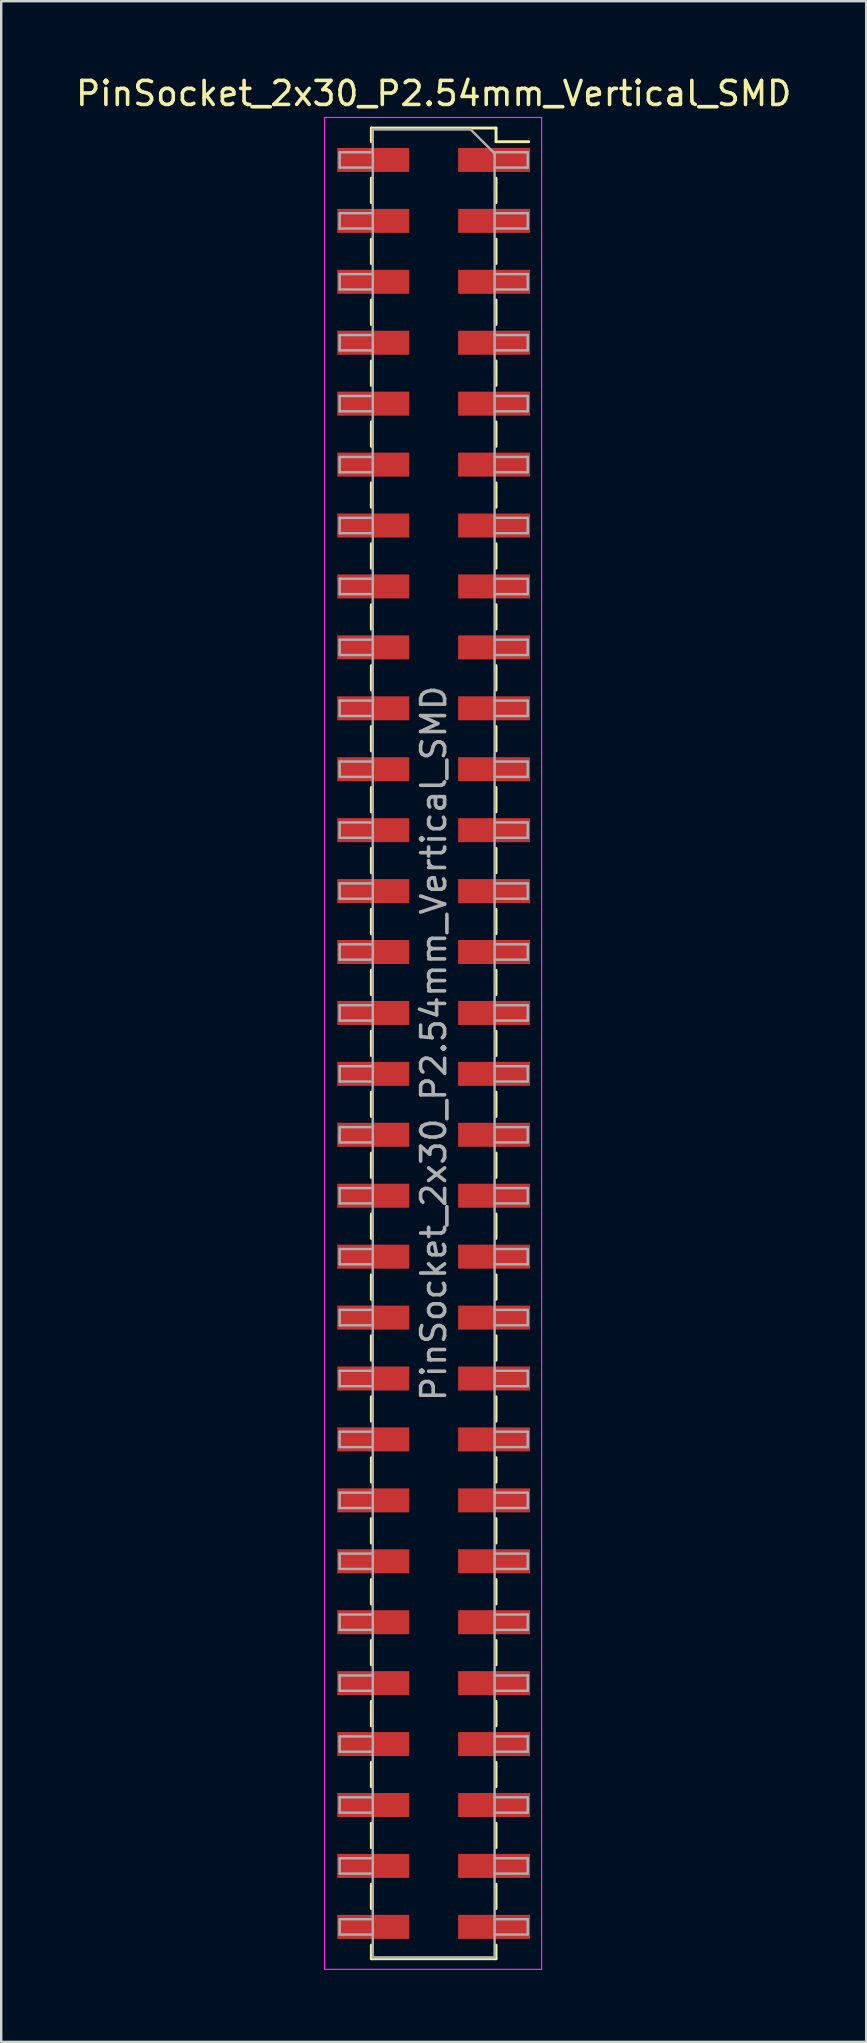
<source format=kicad_pcb>
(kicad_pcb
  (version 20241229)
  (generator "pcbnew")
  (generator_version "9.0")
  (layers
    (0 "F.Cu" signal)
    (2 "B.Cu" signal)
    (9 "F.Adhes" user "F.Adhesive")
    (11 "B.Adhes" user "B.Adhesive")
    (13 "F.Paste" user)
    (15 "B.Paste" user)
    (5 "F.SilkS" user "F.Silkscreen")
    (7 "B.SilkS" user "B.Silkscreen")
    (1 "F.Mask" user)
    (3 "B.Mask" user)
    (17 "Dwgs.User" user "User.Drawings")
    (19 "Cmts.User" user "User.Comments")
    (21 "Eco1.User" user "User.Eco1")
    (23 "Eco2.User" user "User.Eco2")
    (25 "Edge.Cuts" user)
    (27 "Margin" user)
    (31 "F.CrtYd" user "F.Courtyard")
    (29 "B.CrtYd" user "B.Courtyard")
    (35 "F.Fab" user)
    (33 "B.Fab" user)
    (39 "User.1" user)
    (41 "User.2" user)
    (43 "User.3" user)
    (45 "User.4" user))
  (footprint "PinSocket_2x30_P2.54mm_Vertical_SMD"
    (layer "F.Cu")
    (at 15.03 40.448)
    (property "Reference" "PinSocket_2x30_P2.54mm_Vertical_SMD" (at 0 -39.6 0) (layer "F.SilkS") (effects (font (size 1 1) (thickness 0.15))))
    (attr smd)
    (fp_line (start -2.6 -38.16) (end -2.6 -37.59) (stroke (width 0.12) (type solid)) (layer "F.SilkS"))
    (fp_line (start -2.6 -38.16) (end 2.6 -38.16) (stroke (width 0.12) (type solid)) (layer "F.SilkS"))
    (fp_line (start -2.6 -36.07) (end -2.6 -35.05) (stroke (width 0.12) (type solid)) (layer "F.SilkS"))
    (fp_line (start -2.6 -33.53) (end -2.6 -32.51) (stroke (width 0.12) (type solid)) (layer "F.SilkS"))
    (fp_line (start -2.6 -30.99) (end -2.6 -29.97) (stroke (width 0.12) (type solid)) (layer "F.SilkS"))
    (fp_line (start -2.6 -28.45) (end -2.6 -27.43) (stroke (width 0.12) (type solid)) (layer "F.SilkS"))
    (fp_line (start -2.6 -25.91) (end -2.6 -24.89) (stroke (width 0.12) (type solid)) (layer "F.SilkS"))
    (fp_line (start -2.6 -23.37) (end -2.6 -22.35) (stroke (width 0.12) (type solid)) (layer "F.SilkS"))
    (fp_line (start -2.6 -20.83) (end -2.6 -19.81) (stroke (width 0.12) (type solid)) (layer "F.SilkS"))
    (fp_line (start -2.6 -18.29) (end -2.6 -17.27) (stroke (width 0.12) (type solid)) (layer "F.SilkS"))
    (fp_line (start -2.6 -15.75) (end -2.6 -14.73) (stroke (width 0.12) (type solid)) (layer "F.SilkS"))
    (fp_line (start -2.6 -13.21) (end -2.6 -12.19) (stroke (width 0.12) (type solid)) (layer "F.SilkS"))
    (fp_line (start -2.6 -10.67) (end -2.6 -9.65) (stroke (width 0.12) (type solid)) (layer "F.SilkS"))
    (fp_line (start -2.6 -8.13) (end -2.6 -7.11) (stroke (width 0.12) (type solid)) (layer "F.SilkS"))
    (fp_line (start -2.6 -5.59) (end -2.6 -4.57) (stroke (width 0.12) (type solid)) (layer "F.SilkS"))
    (fp_line (start -2.6 -3.05) (end -2.6 -2.03) (stroke (width 0.12) (type solid)) (layer "F.SilkS"))
    (fp_line (start -2.6 -0.51) (end -2.6 0.51) (stroke (width 0.12) (type solid)) (layer "F.SilkS"))
    (fp_line (start -2.6 2.03) (end -2.6 3.05) (stroke (width 0.12) (type solid)) (layer "F.SilkS"))
    (fp_line (start -2.6 4.57) (end -2.6 5.59) (stroke (width 0.12) (type solid)) (layer "F.SilkS"))
    (fp_line (start -2.6 7.11) (end -2.6 8.13) (stroke (width 0.12) (type solid)) (layer "F.SilkS"))
    (fp_line (start -2.6 9.65) (end -2.6 10.67) (stroke (width 0.12) (type solid)) (layer "F.SilkS"))
    (fp_line (start -2.6 12.19) (end -2.6 13.21) (stroke (width 0.12) (type solid)) (layer "F.SilkS"))
    (fp_line (start -2.6 14.73) (end -2.6 15.75) (stroke (width 0.12) (type solid)) (layer "F.SilkS"))
    (fp_line (start -2.6 17.27) (end -2.6 18.29) (stroke (width 0.12) (type solid)) (layer "F.SilkS"))
    (fp_line (start -2.6 19.81) (end -2.6 20.83) (stroke (width 0.12) (type solid)) (layer "F.SilkS"))
    (fp_line (start -2.6 22.35) (end -2.6 23.37) (stroke (width 0.12) (type solid)) (layer "F.SilkS"))
    (fp_line (start -2.6 24.89) (end -2.6 25.91) (stroke (width 0.12) (type solid)) (layer "F.SilkS"))
    (fp_line (start -2.6 27.43) (end -2.6 28.45) (stroke (width 0.12) (type solid)) (layer "F.SilkS"))
    (fp_line (start -2.6 29.97) (end -2.6 30.99) (stroke (width 0.12) (type solid)) (layer "F.SilkS"))
    (fp_line (start -2.6 32.51) (end -2.6 33.53) (stroke (width 0.12) (type solid)) (layer "F.SilkS"))
    (fp_line (start -2.6 35.05) (end -2.6 36.07) (stroke (width 0.12) (type solid)) (layer "F.SilkS"))
    (fp_line (start -2.6 37.59) (end -2.6 38.16) (stroke (width 0.12) (type solid)) (layer "F.SilkS"))
    (fp_line (start -2.6 38.16) (end 2.6 38.16) (stroke (width 0.12) (type solid)) (layer "F.SilkS"))
    (fp_line (start 2.6 -38.16) (end 2.6 -37.59) (stroke (width 0.12) (type solid)) (layer "F.SilkS"))
    (fp_line (start 2.6 -37.59) (end 3.96 -37.59) (stroke (width 0.12) (type solid)) (layer "F.SilkS"))
    (fp_line (start 2.6 -36.07) (end 2.6 -35.05) (stroke (width 0.12) (type solid)) (layer "F.SilkS"))
    (fp_line (start 2.6 -33.53) (end 2.6 -32.51) (stroke (width 0.12) (type solid)) (layer "F.SilkS"))
    (fp_line (start 2.6 -30.99) (end 2.6 -29.97) (stroke (width 0.12) (type solid)) (layer "F.SilkS"))
    (fp_line (start 2.6 -28.45) (end 2.6 -27.43) (stroke (width 0.12) (type solid)) (layer "F.SilkS"))
    (fp_line (start 2.6 -25.91) (end 2.6 -24.89) (stroke (width 0.12) (type solid)) (layer "F.SilkS"))
    (fp_line (start 2.6 -23.37) (end 2.6 -22.35) (stroke (width 0.12) (type solid)) (layer "F.SilkS"))
    (fp_line (start 2.6 -20.83) (end 2.6 -19.81) (stroke (width 0.12) (type solid)) (layer "F.SilkS"))
    (fp_line (start 2.6 -18.29) (end 2.6 -17.27) (stroke (width 0.12) (type solid)) (layer "F.SilkS"))
    (fp_line (start 2.6 -15.75) (end 2.6 -14.73) (stroke (width 0.12) (type solid)) (layer "F.SilkS"))
    (fp_line (start 2.6 -13.21) (end 2.6 -12.19) (stroke (width 0.12) (type solid)) (layer "F.SilkS"))
    (fp_line (start 2.6 -10.67) (end 2.6 -9.65) (stroke (width 0.12) (type solid)) (layer "F.SilkS"))
    (fp_line (start 2.6 -8.13) (end 2.6 -7.11) (stroke (width 0.12) (type solid)) (layer "F.SilkS"))
    (fp_line (start 2.6 -5.59) (end 2.6 -4.57) (stroke (width 0.12) (type solid)) (layer "F.SilkS"))
    (fp_line (start 2.6 -3.05) (end 2.6 -2.03) (stroke (width 0.12) (type solid)) (layer "F.SilkS"))
    (fp_line (start 2.6 -0.51) (end 2.6 0.51) (stroke (width 0.12) (type solid)) (layer "F.SilkS"))
    (fp_line (start 2.6 2.03) (end 2.6 3.05) (stroke (width 0.12) (type solid)) (layer "F.SilkS"))
    (fp_line (start 2.6 4.57) (end 2.6 5.59) (stroke (width 0.12) (type solid)) (layer "F.SilkS"))
    (fp_line (start 2.6 7.11) (end 2.6 8.13) (stroke (width 0.12) (type solid)) (layer "F.SilkS"))
    (fp_line (start 2.6 9.65) (end 2.6 10.67) (stroke (width 0.12) (type solid)) (layer "F.SilkS"))
    (fp_line (start 2.6 12.19) (end 2.6 13.21) (stroke (width 0.12) (type solid)) (layer "F.SilkS"))
    (fp_line (start 2.6 14.73) (end 2.6 15.75) (stroke (width 0.12) (type solid)) (layer "F.SilkS"))
    (fp_line (start 2.6 17.27) (end 2.6 18.29) (stroke (width 0.12) (type solid)) (layer "F.SilkS"))
    (fp_line (start 2.6 19.81) (end 2.6 20.83) (stroke (width 0.12) (type solid)) (layer "F.SilkS"))
    (fp_line (start 2.6 22.35) (end 2.6 23.37) (stroke (width 0.12) (type solid)) (layer "F.SilkS"))
    (fp_line (start 2.6 24.89) (end 2.6 25.91) (stroke (width 0.12) (type solid)) (layer "F.SilkS"))
    (fp_line (start 2.6 27.43) (end 2.6 28.45) (stroke (width 0.12) (type solid)) (layer "F.SilkS"))
    (fp_line (start 2.6 29.97) (end 2.6 30.99) (stroke (width 0.12) (type solid)) (layer "F.SilkS"))
    (fp_line (start 2.6 32.51) (end 2.6 33.53) (stroke (width 0.12) (type solid)) (layer "F.SilkS"))
    (fp_line (start 2.6 35.05) (end 2.6 36.07) (stroke (width 0.12) (type solid)) (layer "F.SilkS"))
    (fp_line (start 2.6 37.59) (end 2.6 38.16) (stroke (width 0.12) (type solid)) (layer "F.SilkS"))
    (fp_line (start -4.55 -38.6) (end 4.5 -38.6) (stroke (width 0.05) (type solid)) (layer "F.CrtYd"))
    (fp_line (start -4.55 38.6) (end -4.55 -38.6) (stroke (width 0.05) (type solid)) (layer "F.CrtYd"))
    (fp_line (start 4.5 -38.6) (end 4.5 38.6) (stroke (width 0.05) (type solid)) (layer "F.CrtYd"))
    (fp_line (start 4.5 38.6) (end -4.55 38.6) (stroke (width 0.05) (type solid)) (layer "F.CrtYd"))
    (fp_line (start -3.92 -37.15) (end -2.54 -37.15) (stroke (width 0.1) (type solid)) (layer "F.Fab"))
    (fp_line (start -3.92 -36.51) (end -3.92 -37.15) (stroke (width 0.1) (type solid)) (layer "F.Fab"))
    (fp_line (start -3.92 -34.61) (end -2.54 -34.61) (stroke (width 0.1) (type solid)) (layer "F.Fab"))
    (fp_line (start -3.92 -33.97) (end -3.92 -34.61) (stroke (width 0.1) (type solid)) (layer "F.Fab"))
    (fp_line (start -3.92 -32.07) (end -2.54 -32.07) (stroke (width 0.1) (type solid)) (layer "F.Fab"))
    (fp_line (start -3.92 -31.43) (end -3.92 -32.07) (stroke (width 0.1) (type solid)) (layer "F.Fab"))
    (fp_line (start -3.92 -29.53) (end -2.54 -29.53) (stroke (width 0.1) (type solid)) (layer "F.Fab"))
    (fp_line (start -3.92 -28.89) (end -3.92 -29.53) (stroke (width 0.1) (type solid)) (layer "F.Fab"))
    (fp_line (start -3.92 -26.99) (end -2.54 -26.99) (stroke (width 0.1) (type solid)) (layer "F.Fab"))
    (fp_line (start -3.92 -26.35) (end -3.92 -26.99) (stroke (width 0.1) (type solid)) (layer "F.Fab"))
    (fp_line (start -3.92 -24.45) (end -2.54 -24.45) (stroke (width 0.1) (type solid)) (layer "F.Fab"))
    (fp_line (start -3.92 -23.81) (end -3.92 -24.45) (stroke (width 0.1) (type solid)) (layer "F.Fab"))
    (fp_line (start -3.92 -21.91) (end -2.54 -21.91) (stroke (width 0.1) (type solid)) (layer "F.Fab"))
    (fp_line (start -3.92 -21.27) (end -3.92 -21.91) (stroke (width 0.1) (type solid)) (layer "F.Fab"))
    (fp_line (start -3.92 -19.37) (end -2.54 -19.37) (stroke (width 0.1) (type solid)) (layer "F.Fab"))
    (fp_line (start -3.92 -18.73) (end -3.92 -19.37) (stroke (width 0.1) (type solid)) (layer "F.Fab"))
    (fp_line (start -3.92 -16.83) (end -2.54 -16.83) (stroke (width 0.1) (type solid)) (layer "F.Fab"))
    (fp_line (start -3.92 -16.19) (end -3.92 -16.83) (stroke (width 0.1) (type solid)) (layer "F.Fab"))
    (fp_line (start -3.92 -14.29) (end -2.54 -14.29) (stroke (width 0.1) (type solid)) (layer "F.Fab"))
    (fp_line (start -3.92 -13.65) (end -3.92 -14.29) (stroke (width 0.1) (type solid)) (layer "F.Fab"))
    (fp_line (start -3.92 -11.75) (end -2.54 -11.75) (stroke (width 0.1) (type solid)) (layer "F.Fab"))
    (fp_line (start -3.92 -11.11) (end -3.92 -11.75) (stroke (width 0.1) (type solid)) (layer "F.Fab"))
    (fp_line (start -3.92 -9.21) (end -2.54 -9.21) (stroke (width 0.1) (type solid)) (layer "F.Fab"))
    (fp_line (start -3.92 -8.57) (end -3.92 -9.21) (stroke (width 0.1) (type solid)) (layer "F.Fab"))
    (fp_line (start -3.92 -6.67) (end -2.54 -6.67) (stroke (width 0.1) (type solid)) (layer "F.Fab"))
    (fp_line (start -3.92 -6.03) (end -3.92 -6.67) (stroke (width 0.1) (type solid)) (layer "F.Fab"))
    (fp_line (start -3.92 -4.13) (end -2.54 -4.13) (stroke (width 0.1) (type solid)) (layer "F.Fab"))
    (fp_line (start -3.92 -3.49) (end -3.92 -4.13) (stroke (width 0.1) (type solid)) (layer "F.Fab"))
    (fp_line (start -3.92 -1.59) (end -2.54 -1.59) (stroke (width 0.1) (type solid)) (layer "F.Fab"))
    (fp_line (start -3.92 -0.95) (end -3.92 -1.59) (stroke (width 0.1) (type solid)) (layer "F.Fab"))
    (fp_line (start -3.92 0.95) (end -2.54 0.95) (stroke (width 0.1) (type solid)) (layer "F.Fab"))
    (fp_line (start -3.92 1.59) (end -3.92 0.95) (stroke (width 0.1) (type solid)) (layer "F.Fab"))
    (fp_line (start -3.92 3.49) (end -2.54 3.49) (stroke (width 0.1) (type solid)) (layer "F.Fab"))
    (fp_line (start -3.92 4.13) (end -3.92 3.49) (stroke (width 0.1) (type solid)) (layer "F.Fab"))
    (fp_line (start -3.92 6.03) (end -2.54 6.03) (stroke (width 0.1) (type solid)) (layer "F.Fab"))
    (fp_line (start -3.92 6.67) (end -3.92 6.03) (stroke (width 0.1) (type solid)) (layer "F.Fab"))
    (fp_line (start -3.92 8.57) (end -2.54 8.57) (stroke (width 0.1) (type solid)) (layer "F.Fab"))
    (fp_line (start -3.92 9.21) (end -3.92 8.57) (stroke (width 0.1) (type solid)) (layer "F.Fab"))
    (fp_line (start -3.92 11.11) (end -2.54 11.11) (stroke (width 0.1) (type solid)) (layer "F.Fab"))
    (fp_line (start -3.92 11.75) (end -3.92 11.11) (stroke (width 0.1) (type solid)) (layer "F.Fab"))
    (fp_line (start -3.92 13.65) (end -2.54 13.65) (stroke (width 0.1) (type solid)) (layer "F.Fab"))
    (fp_line (start -3.92 14.29) (end -3.92 13.65) (stroke (width 0.1) (type solid)) (layer "F.Fab"))
    (fp_line (start -3.92 16.19) (end -2.54 16.19) (stroke (width 0.1) (type solid)) (layer "F.Fab"))
    (fp_line (start -3.92 16.83) (end -3.92 16.19) (stroke (width 0.1) (type solid)) (layer "F.Fab"))
    (fp_line (start -3.92 18.73) (end -2.54 18.73) (stroke (width 0.1) (type solid)) (layer "F.Fab"))
    (fp_line (start -3.92 19.37) (end -3.92 18.73) (stroke (width 0.1) (type solid)) (layer "F.Fab"))
    (fp_line (start -3.92 21.27) (end -2.54 21.27) (stroke (width 0.1) (type solid)) (layer "F.Fab"))
    (fp_line (start -3.92 21.91) (end -3.92 21.27) (stroke (width 0.1) (type solid)) (layer "F.Fab"))
    (fp_line (start -3.92 23.81) (end -2.54 23.81) (stroke (width 0.1) (type solid)) (layer "F.Fab"))
    (fp_line (start -3.92 24.45) (end -3.92 23.81) (stroke (width 0.1) (type solid)) (layer "F.Fab"))
    (fp_line (start -3.92 26.35) (end -2.54 26.35) (stroke (width 0.1) (type solid)) (layer "F.Fab"))
    (fp_line (start -3.92 26.99) (end -3.92 26.35) (stroke (width 0.1) (type solid)) (layer "F.Fab"))
    (fp_line (start -3.92 28.89) (end -2.54 28.89) (stroke (width 0.1) (type solid)) (layer "F.Fab"))
    (fp_line (start -3.92 29.53) (end -3.92 28.89) (stroke (width 0.1) (type solid)) (layer "F.Fab"))
    (fp_line (start -3.92 31.43) (end -2.54 31.43) (stroke (width 0.1) (type solid)) (layer "F.Fab"))
    (fp_line (start -3.92 32.07) (end -3.92 31.43) (stroke (width 0.1) (type solid)) (layer "F.Fab"))
    (fp_line (start -3.92 33.97) (end -2.54 33.97) (stroke (width 0.1) (type solid)) (layer "F.Fab"))
    (fp_line (start -3.92 34.61) (end -3.92 33.97) (stroke (width 0.1) (type solid)) (layer "F.Fab"))
    (fp_line (start -3.92 36.51) (end -2.54 36.51) (stroke (width 0.1) (type solid)) (layer "F.Fab"))
    (fp_line (start -3.92 37.15) (end -3.92 36.51) (stroke (width 0.1) (type solid)) (layer "F.Fab"))
    (fp_line (start -2.54 -38.1) (end 1.54 -38.1) (stroke (width 0.1) (type solid)) (layer "F.Fab"))
    (fp_line (start -2.54 -36.51) (end -3.92 -36.51) (stroke (width 0.1) (type solid)) (layer "F.Fab"))
    (fp_line (start -2.54 -33.97) (end -3.92 -33.97) (stroke (width 0.1) (type solid)) (layer "F.Fab"))
    (fp_line (start -2.54 -31.43) (end -3.92 -31.43) (stroke (width 0.1) (type solid)) (layer "F.Fab"))
    (fp_line (start -2.54 -28.89) (end -3.92 -28.89) (stroke (width 0.1) (type solid)) (layer "F.Fab"))
    (fp_line (start -2.54 -26.35) (end -3.92 -26.35) (stroke (width 0.1) (type solid)) (layer "F.Fab"))
    (fp_line (start -2.54 -23.81) (end -3.92 -23.81) (stroke (width 0.1) (type solid)) (layer "F.Fab"))
    (fp_line (start -2.54 -21.27) (end -3.92 -21.27) (stroke (width 0.1) (type solid)) (layer "F.Fab"))
    (fp_line (start -2.54 -18.73) (end -3.92 -18.73) (stroke (width 0.1) (type solid)) (layer "F.Fab"))
    (fp_line (start -2.54 -16.19) (end -3.92 -16.19) (stroke (width 0.1) (type solid)) (layer "F.Fab"))
    (fp_line (start -2.54 -13.65) (end -3.92 -13.65) (stroke (width 0.1) (type solid)) (layer "F.Fab"))
    (fp_line (start -2.54 -11.11) (end -3.92 -11.11) (stroke (width 0.1) (type solid)) (layer "F.Fab"))
    (fp_line (start -2.54 -8.57) (end -3.92 -8.57) (stroke (width 0.1) (type solid)) (layer "F.Fab"))
    (fp_line (start -2.54 -6.03) (end -3.92 -6.03) (stroke (width 0.1) (type solid)) (layer "F.Fab"))
    (fp_line (start -2.54 -3.49) (end -3.92 -3.49) (stroke (width 0.1) (type solid)) (layer "F.Fab"))
    (fp_line (start -2.54 -0.95) (end -3.92 -0.95) (stroke (width 0.1) (type solid)) (layer "F.Fab"))
    (fp_line (start -2.54 1.59) (end -3.92 1.59) (stroke (width 0.1) (type solid)) (layer "F.Fab"))
    (fp_line (start -2.54 4.13) (end -3.92 4.13) (stroke (width 0.1) (type solid)) (layer "F.Fab"))
    (fp_line (start -2.54 6.67) (end -3.92 6.67) (stroke (width 0.1) (type solid)) (layer "F.Fab"))
    (fp_line (start -2.54 9.21) (end -3.92 9.21) (stroke (width 0.1) (type solid)) (layer "F.Fab"))
    (fp_line (start -2.54 11.75) (end -3.92 11.75) (stroke (width 0.1) (type solid)) (layer "F.Fab"))
    (fp_line (start -2.54 14.29) (end -3.92 14.29) (stroke (width 0.1) (type solid)) (layer "F.Fab"))
    (fp_line (start -2.54 16.83) (end -3.92 16.83) (stroke (width 0.1) (type solid)) (layer "F.Fab"))
    (fp_line (start -2.54 19.37) (end -3.92 19.37) (stroke (width 0.1) (type solid)) (layer "F.Fab"))
    (fp_line (start -2.54 21.91) (end -3.92 21.91) (stroke (width 0.1) (type solid)) (layer "F.Fab"))
    (fp_line (start -2.54 24.45) (end -3.92 24.45) (stroke (width 0.1) (type solid)) (layer "F.Fab"))
    (fp_line (start -2.54 26.99) (end -3.92 26.99) (stroke (width 0.1) (type solid)) (layer "F.Fab"))
    (fp_line (start -2.54 29.53) (end -3.92 29.53) (stroke (width 0.1) (type solid)) (layer "F.Fab"))
    (fp_line (start -2.54 32.07) (end -3.92 32.07) (stroke (width 0.1) (type solid)) (layer "F.Fab"))
    (fp_line (start -2.54 34.61) (end -3.92 34.61) (stroke (width 0.1) (type solid)) (layer "F.Fab"))
    (fp_line (start -2.54 37.15) (end -3.92 37.15) (stroke (width 0.1) (type solid)) (layer "F.Fab"))
    (fp_line (start -2.54 38.1) (end -2.54 -38.1) (stroke (width 0.1) (type solid)) (layer "F.Fab"))
    (fp_line (start 1.54 -38.1) (end 2.54 -37.1) (stroke (width 0.1) (type solid)) (layer "F.Fab"))
    (fp_line (start 2.54 -37.15) (end 3.92 -37.15) (stroke (width 0.1) (type solid)) (layer "F.Fab"))
    (fp_line (start 2.54 -37.1) (end 2.54 38.1) (stroke (width 0.1) (type solid)) (layer "F.Fab"))
    (fp_line (start 2.54 -34.61) (end 3.92 -34.61) (stroke (width 0.1) (type solid)) (layer "F.Fab"))
    (fp_line (start 2.54 -32.07) (end 3.92 -32.07) (stroke (width 0.1) (type solid)) (layer "F.Fab"))
    (fp_line (start 2.54 -29.53) (end 3.92 -29.53) (stroke (width 0.1) (type solid)) (layer "F.Fab"))
    (fp_line (start 2.54 -26.99) (end 3.92 -26.99) (stroke (width 0.1) (type solid)) (layer "F.Fab"))
    (fp_line (start 2.54 -24.45) (end 3.92 -24.45) (stroke (width 0.1) (type solid)) (layer "F.Fab"))
    (fp_line (start 2.54 -21.91) (end 3.92 -21.91) (stroke (width 0.1) (type solid)) (layer "F.Fab"))
    (fp_line (start 2.54 -19.37) (end 3.92 -19.37) (stroke (width 0.1) (type solid)) (layer "F.Fab"))
    (fp_line (start 2.54 -16.83) (end 3.92 -16.83) (stroke (width 0.1) (type solid)) (layer "F.Fab"))
    (fp_line (start 2.54 -14.29) (end 3.92 -14.29) (stroke (width 0.1) (type solid)) (layer "F.Fab"))
    (fp_line (start 2.54 -11.75) (end 3.92 -11.75) (stroke (width 0.1) (type solid)) (layer "F.Fab"))
    (fp_line (start 2.54 -9.21) (end 3.92 -9.21) (stroke (width 0.1) (type solid)) (layer "F.Fab"))
    (fp_line (start 2.54 -6.67) (end 3.92 -6.67) (stroke (width 0.1) (type solid)) (layer "F.Fab"))
    (fp_line (start 2.54 -4.13) (end 3.92 -4.13) (stroke (width 0.1) (type solid)) (layer "F.Fab"))
    (fp_line (start 2.54 -1.59) (end 3.92 -1.59) (stroke (width 0.1) (type solid)) (layer "F.Fab"))
    (fp_line (start 2.54 0.95) (end 3.92 0.95) (stroke (width 0.1) (type solid)) (layer "F.Fab"))
    (fp_line (start 2.54 3.49) (end 3.92 3.49) (stroke (width 0.1) (type solid)) (layer "F.Fab"))
    (fp_line (start 2.54 6.03) (end 3.92 6.03) (stroke (width 0.1) (type solid)) (layer "F.Fab"))
    (fp_line (start 2.54 8.57) (end 3.92 8.57) (stroke (width 0.1) (type solid)) (layer "F.Fab"))
    (fp_line (start 2.54 11.11) (end 3.92 11.11) (stroke (width 0.1) (type solid)) (layer "F.Fab"))
    (fp_line (start 2.54 13.65) (end 3.92 13.65) (stroke (width 0.1) (type solid)) (layer "F.Fab"))
    (fp_line (start 2.54 16.19) (end 3.92 16.19) (stroke (width 0.1) (type solid)) (layer "F.Fab"))
    (fp_line (start 2.54 18.73) (end 3.92 18.73) (stroke (width 0.1) (type solid)) (layer "F.Fab"))
    (fp_line (start 2.54 21.27) (end 3.92 21.27) (stroke (width 0.1) (type solid)) (layer "F.Fab"))
    (fp_line (start 2.54 23.81) (end 3.92 23.81) (stroke (width 0.1) (type solid)) (layer "F.Fab"))
    (fp_line (start 2.54 26.35) (end 3.92 26.35) (stroke (width 0.1) (type solid)) (layer "F.Fab"))
    (fp_line (start 2.54 28.89) (end 3.92 28.89) (stroke (width 0.1) (type solid)) (layer "F.Fab"))
    (fp_line (start 2.54 31.43) (end 3.92 31.43) (stroke (width 0.1) (type solid)) (layer "F.Fab"))
    (fp_line (start 2.54 33.97) (end 3.92 33.97) (stroke (width 0.1) (type solid)) (layer "F.Fab"))
    (fp_line (start 2.54 36.51) (end 3.92 36.51) (stroke (width 0.1) (type solid)) (layer "F.Fab"))
    (fp_line (start 2.54 38.1) (end -2.54 38.1) (stroke (width 0.1) (type solid)) (layer "F.Fab"))
    (fp_line (start 3.92 -37.15) (end 3.92 -36.51) (stroke (width 0.1) (type solid)) (layer "F.Fab"))
    (fp_line (start 3.92 -36.51) (end 2.54 -36.51) (stroke (width 0.1) (type solid)) (layer "F.Fab"))
    (fp_line (start 3.92 -34.61) (end 3.92 -33.97) (stroke (width 0.1) (type solid)) (layer "F.Fab"))
    (fp_line (start 3.92 -33.97) (end 2.54 -33.97) (stroke (width 0.1) (type solid)) (layer "F.Fab"))
    (fp_line (start 3.92 -32.07) (end 3.92 -31.43) (stroke (width 0.1) (type solid)) (layer "F.Fab"))
    (fp_line (start 3.92 -31.43) (end 2.54 -31.43) (stroke (width 0.1) (type solid)) (layer "F.Fab"))
    (fp_line (start 3.92 -29.53) (end 3.92 -28.89) (stroke (width 0.1) (type solid)) (layer "F.Fab"))
    (fp_line (start 3.92 -28.89) (end 2.54 -28.89) (stroke (width 0.1) (type solid)) (layer "F.Fab"))
    (fp_line (start 3.92 -26.99) (end 3.92 -26.35) (stroke (width 0.1) (type solid)) (layer "F.Fab"))
    (fp_line (start 3.92 -26.35) (end 2.54 -26.35) (stroke (width 0.1) (type solid)) (layer "F.Fab"))
    (fp_line (start 3.92 -24.45) (end 3.92 -23.81) (stroke (width 0.1) (type solid)) (layer "F.Fab"))
    (fp_line (start 3.92 -23.81) (end 2.54 -23.81) (stroke (width 0.1) (type solid)) (layer "F.Fab"))
    (fp_line (start 3.92 -21.91) (end 3.92 -21.27) (stroke (width 0.1) (type solid)) (layer "F.Fab"))
    (fp_line (start 3.92 -21.27) (end 2.54 -21.27) (stroke (width 0.1) (type solid)) (layer "F.Fab"))
    (fp_line (start 3.92 -19.37) (end 3.92 -18.73) (stroke (width 0.1) (type solid)) (layer "F.Fab"))
    (fp_line (start 3.92 -18.73) (end 2.54 -18.73) (stroke (width 0.1) (type solid)) (layer "F.Fab"))
    (fp_line (start 3.92 -16.83) (end 3.92 -16.19) (stroke (width 0.1) (type solid)) (layer "F.Fab"))
    (fp_line (start 3.92 -16.19) (end 2.54 -16.19) (stroke (width 0.1) (type solid)) (layer "F.Fab"))
    (fp_line (start 3.92 -14.29) (end 3.92 -13.65) (stroke (width 0.1) (type solid)) (layer "F.Fab"))
    (fp_line (start 3.92 -13.65) (end 2.54 -13.65) (stroke (width 0.1) (type solid)) (layer "F.Fab"))
    (fp_line (start 3.92 -11.75) (end 3.92 -11.11) (stroke (width 0.1) (type solid)) (layer "F.Fab"))
    (fp_line (start 3.92 -11.11) (end 2.54 -11.11) (stroke (width 0.1) (type solid)) (layer "F.Fab"))
    (fp_line (start 3.92 -9.21) (end 3.92 -8.57) (stroke (width 0.1) (type solid)) (layer "F.Fab"))
    (fp_line (start 3.92 -8.57) (end 2.54 -8.57) (stroke (width 0.1) (type solid)) (layer "F.Fab"))
    (fp_line (start 3.92 -6.67) (end 3.92 -6.03) (stroke (width 0.1) (type solid)) (layer "F.Fab"))
    (fp_line (start 3.92 -6.03) (end 2.54 -6.03) (stroke (width 0.1) (type solid)) (layer "F.Fab"))
    (fp_line (start 3.92 -4.13) (end 3.92 -3.49) (stroke (width 0.1) (type solid)) (layer "F.Fab"))
    (fp_line (start 3.92 -3.49) (end 2.54 -3.49) (stroke (width 0.1) (type solid)) (layer "F.Fab"))
    (fp_line (start 3.92 -1.59) (end 3.92 -0.95) (stroke (width 0.1) (type solid)) (layer "F.Fab"))
    (fp_line (start 3.92 -0.95) (end 2.54 -0.95) (stroke (width 0.1) (type solid)) (layer "F.Fab"))
    (fp_line (start 3.92 0.95) (end 3.92 1.59) (stroke (width 0.1) (type solid)) (layer "F.Fab"))
    (fp_line (start 3.92 1.59) (end 2.54 1.59) (stroke (width 0.1) (type solid)) (layer "F.Fab"))
    (fp_line (start 3.92 3.49) (end 3.92 4.13) (stroke (width 0.1) (type solid)) (layer "F.Fab"))
    (fp_line (start 3.92 4.13) (end 2.54 4.13) (stroke (width 0.1) (type solid)) (layer "F.Fab"))
    (fp_line (start 3.92 6.03) (end 3.92 6.67) (stroke (width 0.1) (type solid)) (layer "F.Fab"))
    (fp_line (start 3.92 6.67) (end 2.54 6.67) (stroke (width 0.1) (type solid)) (layer "F.Fab"))
    (fp_line (start 3.92 8.57) (end 3.92 9.21) (stroke (width 0.1) (type solid)) (layer "F.Fab"))
    (fp_line (start 3.92 9.21) (end 2.54 9.21) (stroke (width 0.1) (type solid)) (layer "F.Fab"))
    (fp_line (start 3.92 11.11) (end 3.92 11.75) (stroke (width 0.1) (type solid)) (layer "F.Fab"))
    (fp_line (start 3.92 11.75) (end 2.54 11.75) (stroke (width 0.1) (type solid)) (layer "F.Fab"))
    (fp_line (start 3.92 13.65) (end 3.92 14.29) (stroke (width 0.1) (type solid)) (layer "F.Fab"))
    (fp_line (start 3.92 14.29) (end 2.54 14.29) (stroke (width 0.1) (type solid)) (layer "F.Fab"))
    (fp_line (start 3.92 16.19) (end 3.92 16.83) (stroke (width 0.1) (type solid)) (layer "F.Fab"))
    (fp_line (start 3.92 16.83) (end 2.54 16.83) (stroke (width 0.1) (type solid)) (layer "F.Fab"))
    (fp_line (start 3.92 18.73) (end 3.92 19.37) (stroke (width 0.1) (type solid)) (layer "F.Fab"))
    (fp_line (start 3.92 19.37) (end 2.54 19.37) (stroke (width 0.1) (type solid)) (layer "F.Fab"))
    (fp_line (start 3.92 21.27) (end 3.92 21.91) (stroke (width 0.1) (type solid)) (layer "F.Fab"))
    (fp_line (start 3.92 21.91) (end 2.54 21.91) (stroke (width 0.1) (type solid)) (layer "F.Fab"))
    (fp_line (start 3.92 23.81) (end 3.92 24.45) (stroke (width 0.1) (type solid)) (layer "F.Fab"))
    (fp_line (start 3.92 24.45) (end 2.54 24.45) (stroke (width 0.1) (type solid)) (layer "F.Fab"))
    (fp_line (start 3.92 26.35) (end 3.92 26.99) (stroke (width 0.1) (type solid)) (layer "F.Fab"))
    (fp_line (start 3.92 26.99) (end 2.54 26.99) (stroke (width 0.1) (type solid)) (layer "F.Fab"))
    (fp_line (start 3.92 28.89) (end 3.92 29.53) (stroke (width 0.1) (type solid)) (layer "F.Fab"))
    (fp_line (start 3.92 29.53) (end 2.54 29.53) (stroke (width 0.1) (type solid)) (layer "F.Fab"))
    (fp_line (start 3.92 31.43) (end 3.92 32.07) (stroke (width 0.1) (type solid)) (layer "F.Fab"))
    (fp_line (start 3.92 32.07) (end 2.54 32.07) (stroke (width 0.1) (type solid)) (layer "F.Fab"))
    (fp_line (start 3.92 33.97) (end 3.92 34.61) (stroke (width 0.1) (type solid)) (layer "F.Fab"))
    (fp_line (start 3.92 34.61) (end 2.54 34.61) (stroke (width 0.1) (type solid)) (layer "F.Fab"))
    (fp_line (start 3.92 36.51) (end 3.92 37.15) (stroke (width 0.1) (type solid)) (layer "F.Fab"))
    (fp_line (start 3.92 37.15) (end 2.54 37.15) (stroke (width 0.1) (type solid)) (layer "F.Fab"))
    (fp_text user "${REFERENCE}" (at 0 0 90) (layer "F.Fab") (effects (font (size 1 1) (thickness 0.15))))
    (pad "1" smd rect (at 2.52 -36.83) (size 3 1) (layers "F.Cu" "F.Mask" "F.Paste"))
    (pad "2" smd rect (at -2.52 -36.83) (size 3 1) (layers "F.Cu" "F.Mask" "F.Paste"))
    (pad "3" smd rect (at 2.52 -34.29) (size 3 1) (layers "F.Cu" "F.Mask" "F.Paste"))
    (pad "4" smd rect (at -2.52 -34.29) (size 3 1) (layers "F.Cu" "F.Mask" "F.Paste"))
    (pad "5" smd rect (at 2.52 -31.75) (size 3 1) (layers "F.Cu" "F.Mask" "F.Paste"))
    (pad "6" smd rect (at -2.52 -31.75) (size 3 1) (layers "F.Cu" "F.Mask" "F.Paste"))
    (pad "7" smd rect (at 2.52 -29.21) (size 3 1) (layers "F.Cu" "F.Mask" "F.Paste"))
    (pad "8" smd rect (at -2.52 -29.21) (size 3 1) (layers "F.Cu" "F.Mask" "F.Paste"))
    (pad "9" smd rect (at 2.52 -26.67) (size 3 1) (layers "F.Cu" "F.Mask" "F.Paste"))
    (pad "10" smd rect (at -2.52 -26.67) (size 3 1) (layers "F.Cu" "F.Mask" "F.Paste"))
    (pad "11" smd rect (at 2.52 -24.13) (size 3 1) (layers "F.Cu" "F.Mask" "F.Paste"))
    (pad "12" smd rect (at -2.52 -24.13) (size 3 1) (layers "F.Cu" "F.Mask" "F.Paste"))
    (pad "13" smd rect (at 2.52 -21.59) (size 3 1) (layers "F.Cu" "F.Mask" "F.Paste"))
    (pad "14" smd rect (at -2.52 -21.59) (size 3 1) (layers "F.Cu" "F.Mask" "F.Paste"))
    (pad "15" smd rect (at 2.52 -19.05) (size 3 1) (layers "F.Cu" "F.Mask" "F.Paste"))
    (pad "16" smd rect (at -2.52 -19.05) (size 3 1) (layers "F.Cu" "F.Mask" "F.Paste"))
    (pad "17" smd rect (at 2.52 -16.51) (size 3 1) (layers "F.Cu" "F.Mask" "F.Paste"))
    (pad "18" smd rect (at -2.52 -16.51) (size 3 1) (layers "F.Cu" "F.Mask" "F.Paste"))
    (pad "19" smd rect (at 2.52 -13.97) (size 3 1) (layers "F.Cu" "F.Mask" "F.Paste"))
    (pad "20" smd rect (at -2.52 -13.97) (size 3 1) (layers "F.Cu" "F.Mask" "F.Paste"))
    (pad "21" smd rect (at 2.52 -11.43) (size 3 1) (layers "F.Cu" "F.Mask" "F.Paste"))
    (pad "22" smd rect (at -2.52 -11.43) (size 3 1) (layers "F.Cu" "F.Mask" "F.Paste"))
    (pad "23" smd rect (at 2.52 -8.89) (size 3 1) (layers "F.Cu" "F.Mask" "F.Paste"))
    (pad "24" smd rect (at -2.52 -8.89) (size 3 1) (layers "F.Cu" "F.Mask" "F.Paste"))
    (pad "25" smd rect (at 2.52 -6.35) (size 3 1) (layers "F.Cu" "F.Mask" "F.Paste"))
    (pad "26" smd rect (at -2.52 -6.35) (size 3 1) (layers "F.Cu" "F.Mask" "F.Paste"))
    (pad "27" smd rect (at 2.52 -3.81) (size 3 1) (layers "F.Cu" "F.Mask" "F.Paste"))
    (pad "28" smd rect (at -2.52 -3.81) (size 3 1) (layers "F.Cu" "F.Mask" "F.Paste"))
    (pad "29" smd rect (at 2.52 -1.27) (size 3 1) (layers "F.Cu" "F.Mask" "F.Paste"))
    (pad "30" smd rect (at -2.52 -1.27) (size 3 1) (layers "F.Cu" "F.Mask" "F.Paste"))
    (pad "31" smd rect (at 2.52 1.27) (size 3 1) (layers "F.Cu" "F.Mask" "F.Paste"))
    (pad "32" smd rect (at -2.52 1.27) (size 3 1) (layers "F.Cu" "F.Mask" "F.Paste"))
    (pad "33" smd rect (at 2.52 3.81) (size 3 1) (layers "F.Cu" "F.Mask" "F.Paste"))
    (pad "34" smd rect (at -2.52 3.81) (size 3 1) (layers "F.Cu" "F.Mask" "F.Paste"))
    (pad "35" smd rect (at 2.52 6.35) (size 3 1) (layers "F.Cu" "F.Mask" "F.Paste"))
    (pad "36" smd rect (at -2.52 6.35) (size 3 1) (layers "F.Cu" "F.Mask" "F.Paste"))
    (pad "37" smd rect (at 2.52 8.89) (size 3 1) (layers "F.Cu" "F.Mask" "F.Paste"))
    (pad "38" smd rect (at -2.52 8.89) (size 3 1) (layers "F.Cu" "F.Mask" "F.Paste"))
    (pad "39" smd rect (at 2.52 11.43) (size 3 1) (layers "F.Cu" "F.Mask" "F.Paste"))
    (pad "40" smd rect (at -2.52 11.43) (size 3 1) (layers "F.Cu" "F.Mask" "F.Paste"))
    (pad "41" smd rect (at 2.52 13.97) (size 3 1) (layers "F.Cu" "F.Mask" "F.Paste"))
    (pad "42" smd rect (at -2.52 13.97) (size 3 1) (layers "F.Cu" "F.Mask" "F.Paste"))
    (pad "43" smd rect (at 2.52 16.51) (size 3 1) (layers "F.Cu" "F.Mask" "F.Paste"))
    (pad "44" smd rect (at -2.52 16.51) (size 3 1) (layers "F.Cu" "F.Mask" "F.Paste"))
    (pad "45" smd rect (at 2.52 19.05) (size 3 1) (layers "F.Cu" "F.Mask" "F.Paste"))
    (pad "46" smd rect (at -2.52 19.05) (size 3 1) (layers "F.Cu" "F.Mask" "F.Paste"))
    (pad "47" smd rect (at 2.52 21.59) (size 3 1) (layers "F.Cu" "F.Mask" "F.Paste"))
    (pad "48" smd rect (at -2.52 21.59) (size 3 1) (layers "F.Cu" "F.Mask" "F.Paste"))
    (pad "49" smd rect (at 2.52 24.13) (size 3 1) (layers "F.Cu" "F.Mask" "F.Paste"))
    (pad "50" smd rect (at -2.52 24.13) (size 3 1) (layers "F.Cu" "F.Mask" "F.Paste"))
    (pad "51" smd rect (at 2.52 26.67) (size 3 1) (layers "F.Cu" "F.Mask" "F.Paste"))
    (pad "52" smd rect (at -2.52 26.67) (size 3 1) (layers "F.Cu" "F.Mask" "F.Paste"))
    (pad "53" smd rect (at 2.52 29.21) (size 3 1) (layers "F.Cu" "F.Mask" "F.Paste"))
    (pad "54" smd rect (at -2.52 29.21) (size 3 1) (layers "F.Cu" "F.Mask" "F.Paste"))
    (pad "55" smd rect (at 2.52 31.75) (size 3 1) (layers "F.Cu" "F.Mask" "F.Paste"))
    (pad "56" smd rect (at -2.52 31.75) (size 3 1) (layers "F.Cu" "F.Mask" "F.Paste"))
    (pad "57" smd rect (at 2.52 34.29) (size 3 1) (layers "F.Cu" "F.Mask" "F.Paste"))
    (pad "58" smd rect (at -2.52 34.29) (size 3 1) (layers "F.Cu" "F.Mask" "F.Paste"))
    (pad "59" smd rect (at 2.52 36.83) (size 3 1) (layers "F.Cu" "F.Mask" "F.Paste"))
    (pad "60" smd rect (at -2.52 36.83) (size 3 1) (layers "F.Cu" "F.Mask" "F.Paste")))
  (gr_rect
    (start -3 -3)
    (end 33.06 82.073)
    (stroke (width 0.1) (type default))
    (fill no)
    (layer "Edge.Cuts")))
</source>
